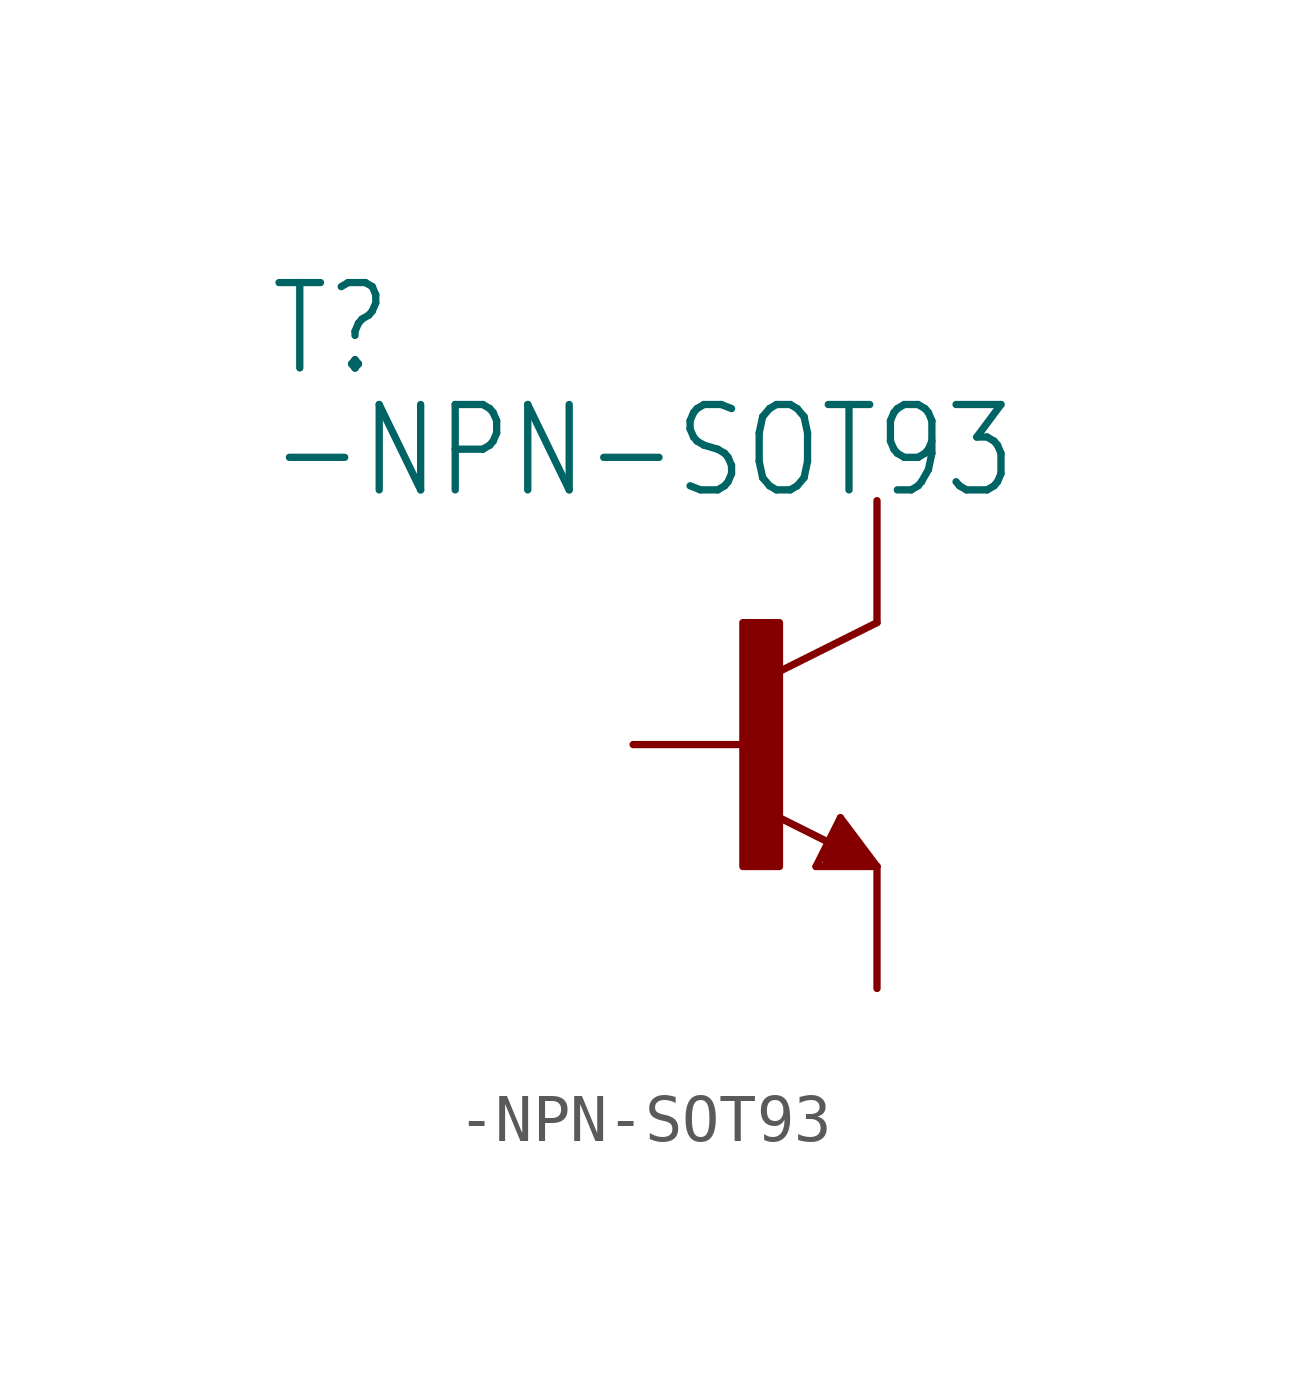
<source format=kicad_sym>
(kicad_symbol_lib
  (version 20210619)
  (generator kicad_symbol_editor)
  (symbol "-NPN-SOT93"
    (property "Reference" "T"
      (at -10.16 7.62 0)
      (effects (font (size 1.778 1.511)) (justify left bottom)))
    (property "Value" "-NPN-SOT93"
      (at -10.16 5.08 0)
      (effects (font (size 1.778 1.511)) (justify left bottom)))
    (property "ki_locked" ""
      (at 0 0 0)
      (effects (font (size 1.27 1.27))))
    (symbol "-NPN-SOT93_1_0"
      (rectangle (start -0.254 -2.54) (end 0.508 2.54) (stroke (width 0)) (fill (type outline)))
      (polyline (pts (xy 1.27 -2.54) (xy 1.778 -1.524)) (stroke (width 0.152)) (fill (type none)))
      (polyline (pts (xy 1.524 -2.413) (xy 2.286 -2.413)) (stroke (width 0.254)) (fill (type none)))
      (polyline (pts (xy 1.524 -2.286) (xy 1.905 -2.286)) (stroke (width 0.254)) (fill (type none)))
      (polyline (pts (xy 1.54 -2.04) (xy 0.308 -1.424)) (stroke (width 0.152)) (fill (type none)))
      (polyline (pts (xy 1.778 -1.778) (xy 1.524 -2.286)) (stroke (width 0.254)) (fill (type none)))
      (polyline (pts (xy 1.778 -1.524) (xy 2.54 -2.54)) (stroke (width 0.152)) (fill (type none)))
      (polyline (pts (xy 1.905 -2.286) (xy 1.778 -2.032)) (stroke (width 0.254)) (fill (type none)))
      (polyline (pts (xy 2.286 -2.413) (xy 1.778 -1.778)) (stroke (width 0.254)) (fill (type none)))
      (polyline (pts (xy 2.54 -2.54) (xy 1.27 -2.54)) (stroke (width 0.152)) (fill (type none)))
      (polyline (pts (xy 2.54 2.54) (xy 0.508 1.524)) (stroke (width 0.152)) (fill (type none)))
      (pin passive line (at -2.54 0 0) (length 2.54) (name "B" (effects (font (size 0 0)))) (number "B" (effects (font (size 0 0)))))
      (pin passive line (at 2.54 5.08 270) (length 2.54) (name "C" (effects (font (size 0 0)))) (number "C" (effects (font (size 0 0)))))
      (pin passive line (at 2.54 -5.08 90) (length 2.54) (name "E" (effects (font (size 0 0)))) (number "E" (effects (font (size 0 0))))))))
</source>
